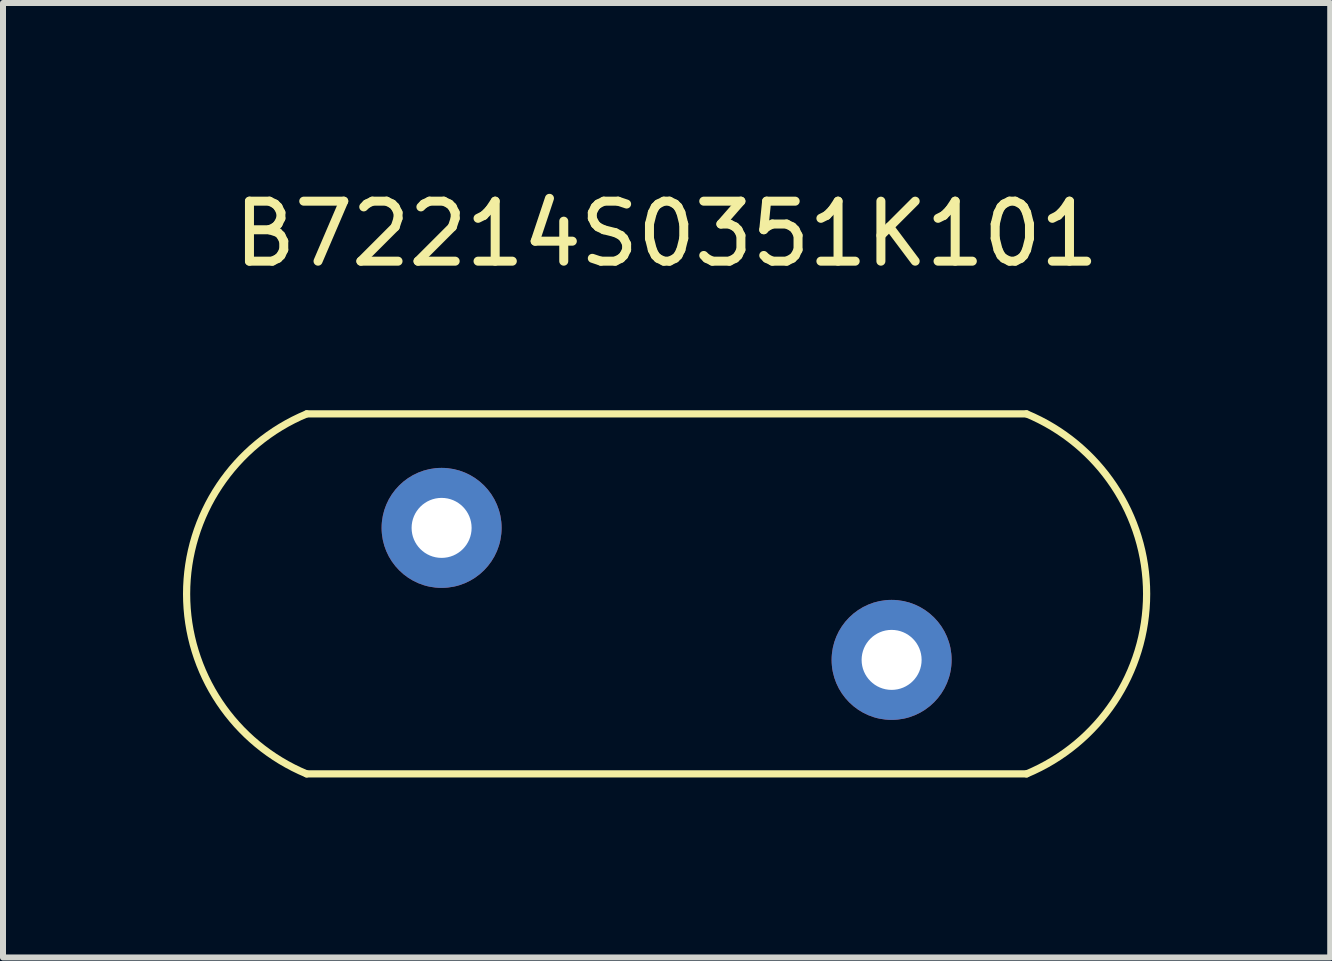
<source format=kicad_pcb>
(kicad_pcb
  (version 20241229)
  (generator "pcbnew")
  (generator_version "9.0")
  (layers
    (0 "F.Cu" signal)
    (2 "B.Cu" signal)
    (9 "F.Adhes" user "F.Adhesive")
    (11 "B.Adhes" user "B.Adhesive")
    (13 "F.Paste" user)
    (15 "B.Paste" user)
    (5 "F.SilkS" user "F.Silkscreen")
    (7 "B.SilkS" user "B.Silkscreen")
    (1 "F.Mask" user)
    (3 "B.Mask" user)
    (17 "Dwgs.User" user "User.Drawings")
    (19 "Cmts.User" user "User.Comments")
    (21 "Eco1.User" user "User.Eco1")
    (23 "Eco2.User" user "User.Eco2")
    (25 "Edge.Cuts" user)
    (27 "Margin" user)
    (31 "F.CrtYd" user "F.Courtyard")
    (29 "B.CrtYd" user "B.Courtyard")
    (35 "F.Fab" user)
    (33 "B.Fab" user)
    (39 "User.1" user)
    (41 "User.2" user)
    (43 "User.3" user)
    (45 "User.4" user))
  (footprint "B72214S0351K101"
    (layer "F.Cu")
    (at 8.06 6.848)
    (property "Reference" "B72214S0351K101" (at 0 -6 0) (unlocked yes) (layer "F.SilkS") (effects (font (size 1 1) (thickness 0.15))))
    (attr smd)
    (fp_line (start -5.999 -3) (end 5.999 -3) (stroke (width 0.12) (type solid)) (layer "F.SilkS"))
    (fp_line (start -5.999 3) (end 5.999 3) (stroke (width 0.12) (type solid)) (layer "F.SilkS"))
    (fp_arc (start -5.999196 3) (mid -8 0) (end -5.999196 -3) (stroke (width 0.12) (type solid)) (layer "F.SilkS"))
    (fp_arc (start 5.999196 -3) (mid 8 0) (end 5.999196 3) (stroke (width 0.12) (type solid)) (layer "F.SilkS"))
    (pad "1" thru_hole circle (at -3.75 -1.1) (size 2 2) (drill 1) (layers "*.Cu" "*.Mask"))
    (pad "2" thru_hole circle (at 3.75 1.1) (size 2 2) (drill 1) (layers "*.Cu" "*.Mask")))
  (gr_rect
    (start -3 -3)
    (end 19.12 12.908)
    (stroke (width 0.1) (type default))
    (fill no)
    (layer "Edge.Cuts")))
</source>
